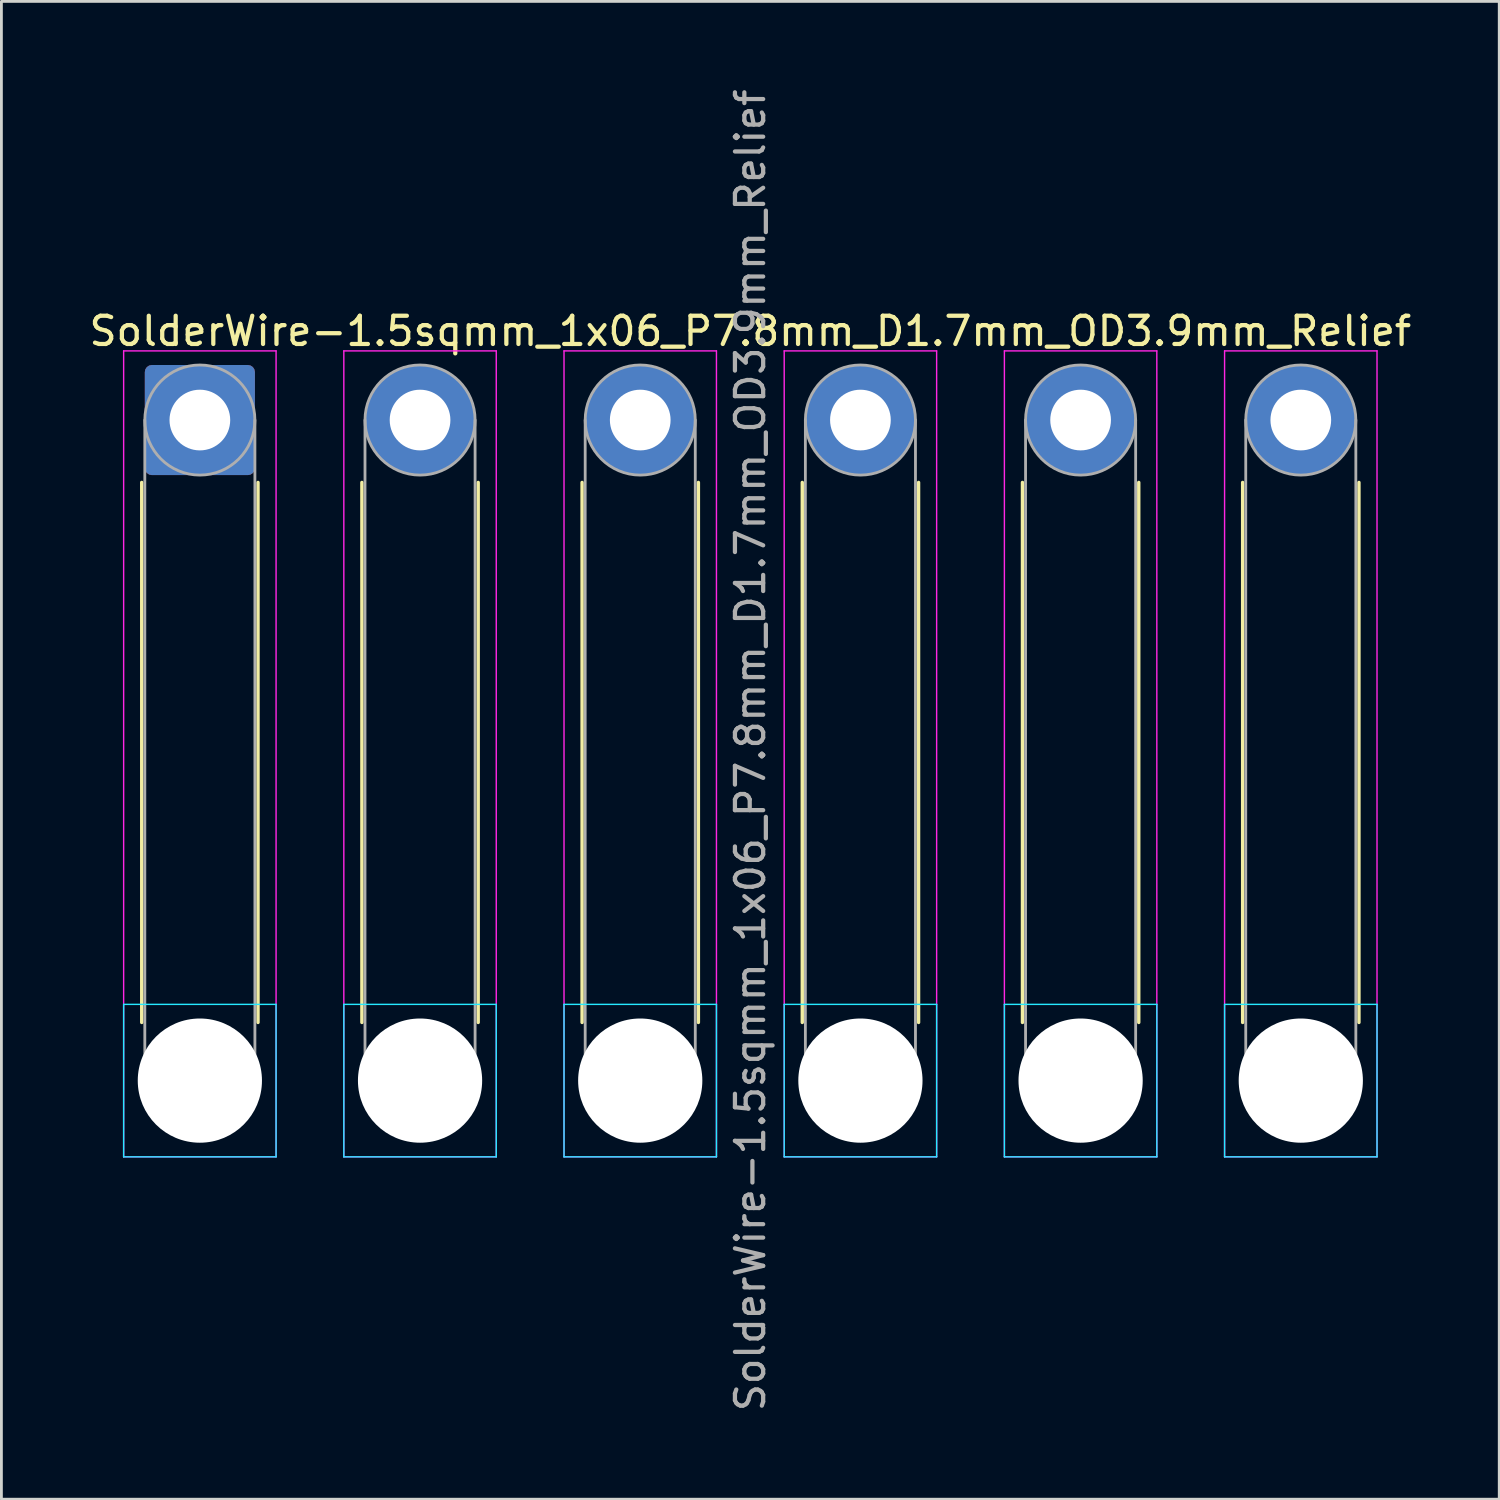
<source format=kicad_pcb>
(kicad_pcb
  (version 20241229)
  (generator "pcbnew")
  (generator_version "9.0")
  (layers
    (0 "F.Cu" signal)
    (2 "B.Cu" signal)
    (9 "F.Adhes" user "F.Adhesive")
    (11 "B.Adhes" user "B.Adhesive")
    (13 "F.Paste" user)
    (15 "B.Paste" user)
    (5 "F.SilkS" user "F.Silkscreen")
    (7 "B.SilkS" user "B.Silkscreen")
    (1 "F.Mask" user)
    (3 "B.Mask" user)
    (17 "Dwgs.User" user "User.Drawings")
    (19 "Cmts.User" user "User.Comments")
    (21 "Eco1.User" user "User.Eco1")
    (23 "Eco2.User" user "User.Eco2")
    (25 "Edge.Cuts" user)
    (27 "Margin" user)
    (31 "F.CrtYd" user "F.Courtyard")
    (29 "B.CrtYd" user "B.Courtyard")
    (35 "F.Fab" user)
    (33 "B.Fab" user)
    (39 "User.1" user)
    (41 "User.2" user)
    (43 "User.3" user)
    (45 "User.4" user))
  (footprint "SolderWire-1.5sqmm_1x06_P7.8mm_D1.7mm_OD3.9mm_Relief"
    (layer "F.Cu")
    (at 4.03 11.83)
    (property "Reference" "SolderWire-1.5sqmm_1x06_P7.8mm_D1.7mm_OD3.9mm_Relief" (at 19.5 -3.15 0) (layer "F.SilkS") (effects (font (size 1 1) (thickness 0.15))))
    (attr exclude_from_pos_files exclude_from_bom)
    (fp_line (start -2.06 2.21) (end -2.06 21.34) (stroke (width 0.12) (type solid)) (layer "F.SilkS"))
    (fp_line (start 2.06 2.21) (end 2.06 21.34) (stroke (width 0.12) (type solid)) (layer "F.SilkS"))
    (fp_line (start 5.74 2.21) (end 5.74 21.34) (stroke (width 0.12) (type solid)) (layer "F.SilkS"))
    (fp_line (start 9.86 2.21) (end 9.86 21.34) (stroke (width 0.12) (type solid)) (layer "F.SilkS"))
    (fp_line (start 13.54 2.21) (end 13.54 21.34) (stroke (width 0.12) (type solid)) (layer "F.SilkS"))
    (fp_line (start 17.66 2.21) (end 17.66 21.34) (stroke (width 0.12) (type solid)) (layer "F.SilkS"))
    (fp_line (start 21.34 2.21) (end 21.34 21.34) (stroke (width 0.12) (type solid)) (layer "F.SilkS"))
    (fp_line (start 25.46 2.21) (end 25.46 21.34) (stroke (width 0.12) (type solid)) (layer "F.SilkS"))
    (fp_line (start 29.14 2.21) (end 29.14 21.34) (stroke (width 0.12) (type solid)) (layer "F.SilkS"))
    (fp_line (start 33.26 2.21) (end 33.26 21.34) (stroke (width 0.12) (type solid)) (layer "F.SilkS"))
    (fp_line (start 36.94 2.21) (end 36.94 21.34) (stroke (width 0.12) (type solid)) (layer "F.SilkS"))
    (fp_line (start 41.06 2.21) (end 41.06 21.34) (stroke (width 0.12) (type solid)) (layer "F.SilkS"))
    (fp_line (start -2.7 20.7) (end -2.7 26.1) (stroke (width 0.05) (type solid)) (layer "B.CrtYd"))
    (fp_line (start -2.7 26.1) (end 2.7 26.1) (stroke (width 0.05) (type solid)) (layer "B.CrtYd"))
    (fp_line (start 2.7 20.7) (end -2.7 20.7) (stroke (width 0.05) (type solid)) (layer "B.CrtYd"))
    (fp_line (start 2.7 26.1) (end 2.7 20.7) (stroke (width 0.05) (type solid)) (layer "B.CrtYd"))
    (fp_line (start 5.1 20.7) (end 5.1 26.1) (stroke (width 0.05) (type solid)) (layer "B.CrtYd"))
    (fp_line (start 5.1 26.1) (end 10.5 26.1) (stroke (width 0.05) (type solid)) (layer "B.CrtYd"))
    (fp_line (start 10.5 20.7) (end 5.1 20.7) (stroke (width 0.05) (type solid)) (layer "B.CrtYd"))
    (fp_line (start 10.5 26.1) (end 10.5 20.7) (stroke (width 0.05) (type solid)) (layer "B.CrtYd"))
    (fp_line (start 12.9 20.7) (end 12.9 26.1) (stroke (width 0.05) (type solid)) (layer "B.CrtYd"))
    (fp_line (start 12.9 26.1) (end 18.3 26.1) (stroke (width 0.05) (type solid)) (layer "B.CrtYd"))
    (fp_line (start 18.3 20.7) (end 12.9 20.7) (stroke (width 0.05) (type solid)) (layer "B.CrtYd"))
    (fp_line (start 18.3 26.1) (end 18.3 20.7) (stroke (width 0.05) (type solid)) (layer "B.CrtYd"))
    (fp_line (start 20.7 20.7) (end 20.7 26.1) (stroke (width 0.05) (type solid)) (layer "B.CrtYd"))
    (fp_line (start 20.7 26.1) (end 26.1 26.1) (stroke (width 0.05) (type solid)) (layer "B.CrtYd"))
    (fp_line (start 26.1 20.7) (end 20.7 20.7) (stroke (width 0.05) (type solid)) (layer "B.CrtYd"))
    (fp_line (start 26.1 26.1) (end 26.1 20.7) (stroke (width 0.05) (type solid)) (layer "B.CrtYd"))
    (fp_line (start 28.5 20.7) (end 28.5 26.1) (stroke (width 0.05) (type solid)) (layer "B.CrtYd"))
    (fp_line (start 28.5 26.1) (end 33.9 26.1) (stroke (width 0.05) (type solid)) (layer "B.CrtYd"))
    (fp_line (start 33.9 20.7) (end 28.5 20.7) (stroke (width 0.05) (type solid)) (layer "B.CrtYd"))
    (fp_line (start 33.9 26.1) (end 33.9 20.7) (stroke (width 0.05) (type solid)) (layer "B.CrtYd"))
    (fp_line (start 36.3 20.7) (end 36.3 26.1) (stroke (width 0.05) (type solid)) (layer "B.CrtYd"))
    (fp_line (start 36.3 26.1) (end 41.7 26.1) (stroke (width 0.05) (type solid)) (layer "B.CrtYd"))
    (fp_line (start 41.7 20.7) (end 36.3 20.7) (stroke (width 0.05) (type solid)) (layer "B.CrtYd"))
    (fp_line (start 41.7 26.1) (end 41.7 20.7) (stroke (width 0.05) (type solid)) (layer "B.CrtYd"))
    (fp_line (start -2.7 -2.45) (end -2.7 26.1) (stroke (width 0.05) (type solid)) (layer "F.CrtYd"))
    (fp_line (start -2.7 26.1) (end 2.7 26.1) (stroke (width 0.05) (type solid)) (layer "F.CrtYd"))
    (fp_line (start 2.7 -2.45) (end -2.7 -2.45) (stroke (width 0.05) (type solid)) (layer "F.CrtYd"))
    (fp_line (start 2.7 26.1) (end 2.7 -2.45) (stroke (width 0.05) (type solid)) (layer "F.CrtYd"))
    (fp_line (start 5.1 -2.45) (end 5.1 26.1) (stroke (width 0.05) (type solid)) (layer "F.CrtYd"))
    (fp_line (start 5.1 26.1) (end 10.5 26.1) (stroke (width 0.05) (type solid)) (layer "F.CrtYd"))
    (fp_line (start 10.5 -2.45) (end 5.1 -2.45) (stroke (width 0.05) (type solid)) (layer "F.CrtYd"))
    (fp_line (start 10.5 26.1) (end 10.5 -2.45) (stroke (width 0.05) (type solid)) (layer "F.CrtYd"))
    (fp_line (start 12.9 -2.45) (end 12.9 26.1) (stroke (width 0.05) (type solid)) (layer "F.CrtYd"))
    (fp_line (start 12.9 26.1) (end 18.3 26.1) (stroke (width 0.05) (type solid)) (layer "F.CrtYd"))
    (fp_line (start 18.3 -2.45) (end 12.9 -2.45) (stroke (width 0.05) (type solid)) (layer "F.CrtYd"))
    (fp_line (start 18.3 26.1) (end 18.3 -2.45) (stroke (width 0.05) (type solid)) (layer "F.CrtYd"))
    (fp_line (start 20.7 -2.45) (end 20.7 26.1) (stroke (width 0.05) (type solid)) (layer "F.CrtYd"))
    (fp_line (start 20.7 26.1) (end 26.1 26.1) (stroke (width 0.05) (type solid)) (layer "F.CrtYd"))
    (fp_line (start 26.1 -2.45) (end 20.7 -2.45) (stroke (width 0.05) (type solid)) (layer "F.CrtYd"))
    (fp_line (start 26.1 26.1) (end 26.1 -2.45) (stroke (width 0.05) (type solid)) (layer "F.CrtYd"))
    (fp_line (start 28.5 -2.45) (end 28.5 26.1) (stroke (width 0.05) (type solid)) (layer "F.CrtYd"))
    (fp_line (start 28.5 26.1) (end 33.9 26.1) (stroke (width 0.05) (type solid)) (layer "F.CrtYd"))
    (fp_line (start 33.9 -2.45) (end 28.5 -2.45) (stroke (width 0.05) (type solid)) (layer "F.CrtYd"))
    (fp_line (start 33.9 26.1) (end 33.9 -2.45) (stroke (width 0.05) (type solid)) (layer "F.CrtYd"))
    (fp_line (start 36.3 -2.45) (end 36.3 26.1) (stroke (width 0.05) (type solid)) (layer "F.CrtYd"))
    (fp_line (start 36.3 26.1) (end 41.7 26.1) (stroke (width 0.05) (type solid)) (layer "F.CrtYd"))
    (fp_line (start 41.7 -2.45) (end 36.3 -2.45) (stroke (width 0.05) (type solid)) (layer "F.CrtYd"))
    (fp_line (start 41.7 26.1) (end 41.7 -2.45) (stroke (width 0.05) (type solid)) (layer "F.CrtYd"))
    (fp_line (start -1.95 0) (end -1.95 23.4) (stroke (width 0.1) (type solid)) (layer "F.Fab"))
    (fp_line (start 1.95 0) (end 1.95 23.4) (stroke (width 0.1) (type solid)) (layer "F.Fab"))
    (fp_line (start 5.85 0) (end 5.85 23.4) (stroke (width 0.1) (type solid)) (layer "F.Fab"))
    (fp_line (start 9.75 0) (end 9.75 23.4) (stroke (width 0.1) (type solid)) (layer "F.Fab"))
    (fp_line (start 13.65 0) (end 13.65 23.4) (stroke (width 0.1) (type solid)) (layer "F.Fab"))
    (fp_line (start 17.55 0) (end 17.55 23.4) (stroke (width 0.1) (type solid)) (layer "F.Fab"))
    (fp_line (start 21.45 0) (end 21.45 23.4) (stroke (width 0.1) (type solid)) (layer "F.Fab"))
    (fp_line (start 25.35 0) (end 25.35 23.4) (stroke (width 0.1) (type solid)) (layer "F.Fab"))
    (fp_line (start 29.25 0) (end 29.25 23.4) (stroke (width 0.1) (type solid)) (layer "F.Fab"))
    (fp_line (start 33.15 0) (end 33.15 23.4) (stroke (width 0.1) (type solid)) (layer "F.Fab"))
    (fp_line (start 37.05 0) (end 37.05 23.4) (stroke (width 0.1) (type solid)) (layer "F.Fab"))
    (fp_line (start 40.95 0) (end 40.95 23.4) (stroke (width 0.1) (type solid)) (layer "F.Fab"))
    (fp_circle (center 0 0) (end 1.95 0) (stroke (width 0.1) (type solid)) (fill no) (layer "F.Fab"))
    (fp_circle (center 0 23.4) (end 1.95 23.4) (stroke (width 0.1) (type solid)) (fill no) (layer "F.Fab"))
    (fp_circle (center 7.8 0) (end 9.75 0) (stroke (width 0.1) (type solid)) (fill no) (layer "F.Fab"))
    (fp_circle (center 7.8 23.4) (end 9.75 23.4) (stroke (width 0.1) (type solid)) (fill no) (layer "F.Fab"))
    (fp_circle (center 15.6 0) (end 17.55 0) (stroke (width 0.1) (type solid)) (fill no) (layer "F.Fab"))
    (fp_circle (center 15.6 23.4) (end 17.55 23.4) (stroke (width 0.1) (type solid)) (fill no) (layer "F.Fab"))
    (fp_circle (center 23.4 0) (end 25.35 0) (stroke (width 0.1) (type solid)) (fill no) (layer "F.Fab"))
    (fp_circle (center 23.4 23.4) (end 25.35 23.4) (stroke (width 0.1) (type solid)) (fill no) (layer "F.Fab"))
    (fp_circle (center 31.2 0) (end 33.15 0) (stroke (width 0.1) (type solid)) (fill no) (layer "F.Fab"))
    (fp_circle (center 31.2 23.4) (end 33.15 23.4) (stroke (width 0.1) (type solid)) (fill no) (layer "F.Fab"))
    (fp_circle (center 39 0) (end 40.95 0) (stroke (width 0.1) (type solid)) (fill no) (layer "F.Fab"))
    (fp_circle (center 39 23.4) (end 40.95 23.4) (stroke (width 0.1) (type solid)) (fill no) (layer "F.Fab"))
    (fp_text user "${REFERENCE}" (at 19.5 11.7 90) (layer "F.Fab") (effects (font (size 1 1) (thickness 0.15))))
    (pad "" np_thru_hole circle (at 0 23.4) (size 4.4 4.4) (drill 4.4) (layers "*.Cu" "*.Mask"))
    (pad "" np_thru_hole circle (at 7.8 23.4) (size 4.4 4.4) (drill 4.4) (layers "*.Cu" "*.Mask"))
    (pad "" np_thru_hole circle (at 15.6 23.4) (size 4.4 4.4) (drill 4.4) (layers "*.Cu" "*.Mask"))
    (pad "" np_thru_hole circle (at 23.4 23.4) (size 4.4 4.4) (drill 4.4) (layers "*.Cu" "*.Mask"))
    (pad "" np_thru_hole circle (at 31.2 23.4) (size 4.4 4.4) (drill 4.4) (layers "*.Cu" "*.Mask"))
    (pad "" np_thru_hole circle (at 39 23.4) (size 4.4 4.4) (drill 4.4) (layers "*.Cu" "*.Mask"))
    (pad "1" thru_hole roundrect (at 0 0) (size 3.9 3.9) (drill 2.15) (layers "*.Cu" "*.Mask") (roundrect_rratio 0.064))
    (pad "2" thru_hole circle (at 7.8 0) (size 3.9 3.9) (drill 2.15) (layers "*.Cu" "*.Mask"))
    (pad "3" thru_hole circle (at 15.6 0) (size 3.9 3.9) (drill 2.15) (layers "*.Cu" "*.Mask"))
    (pad "4" thru_hole circle (at 23.4 0) (size 3.9 3.9) (drill 2.15) (layers "*.Cu" "*.Mask"))
    (pad "5" thru_hole circle (at 31.2 0) (size 3.9 3.9) (drill 2.15) (layers "*.Cu" "*.Mask"))
    (pad "6" thru_hole circle (at 39 0) (size 3.9 3.9) (drill 2.15) (layers "*.Cu" "*.Mask")))
  (gr_rect
    (start -3 -3)
    (end 50.06 50.06)
    (stroke (width 0.1) (type default))
    (fill no)
    (layer "Edge.Cuts")))
</source>
